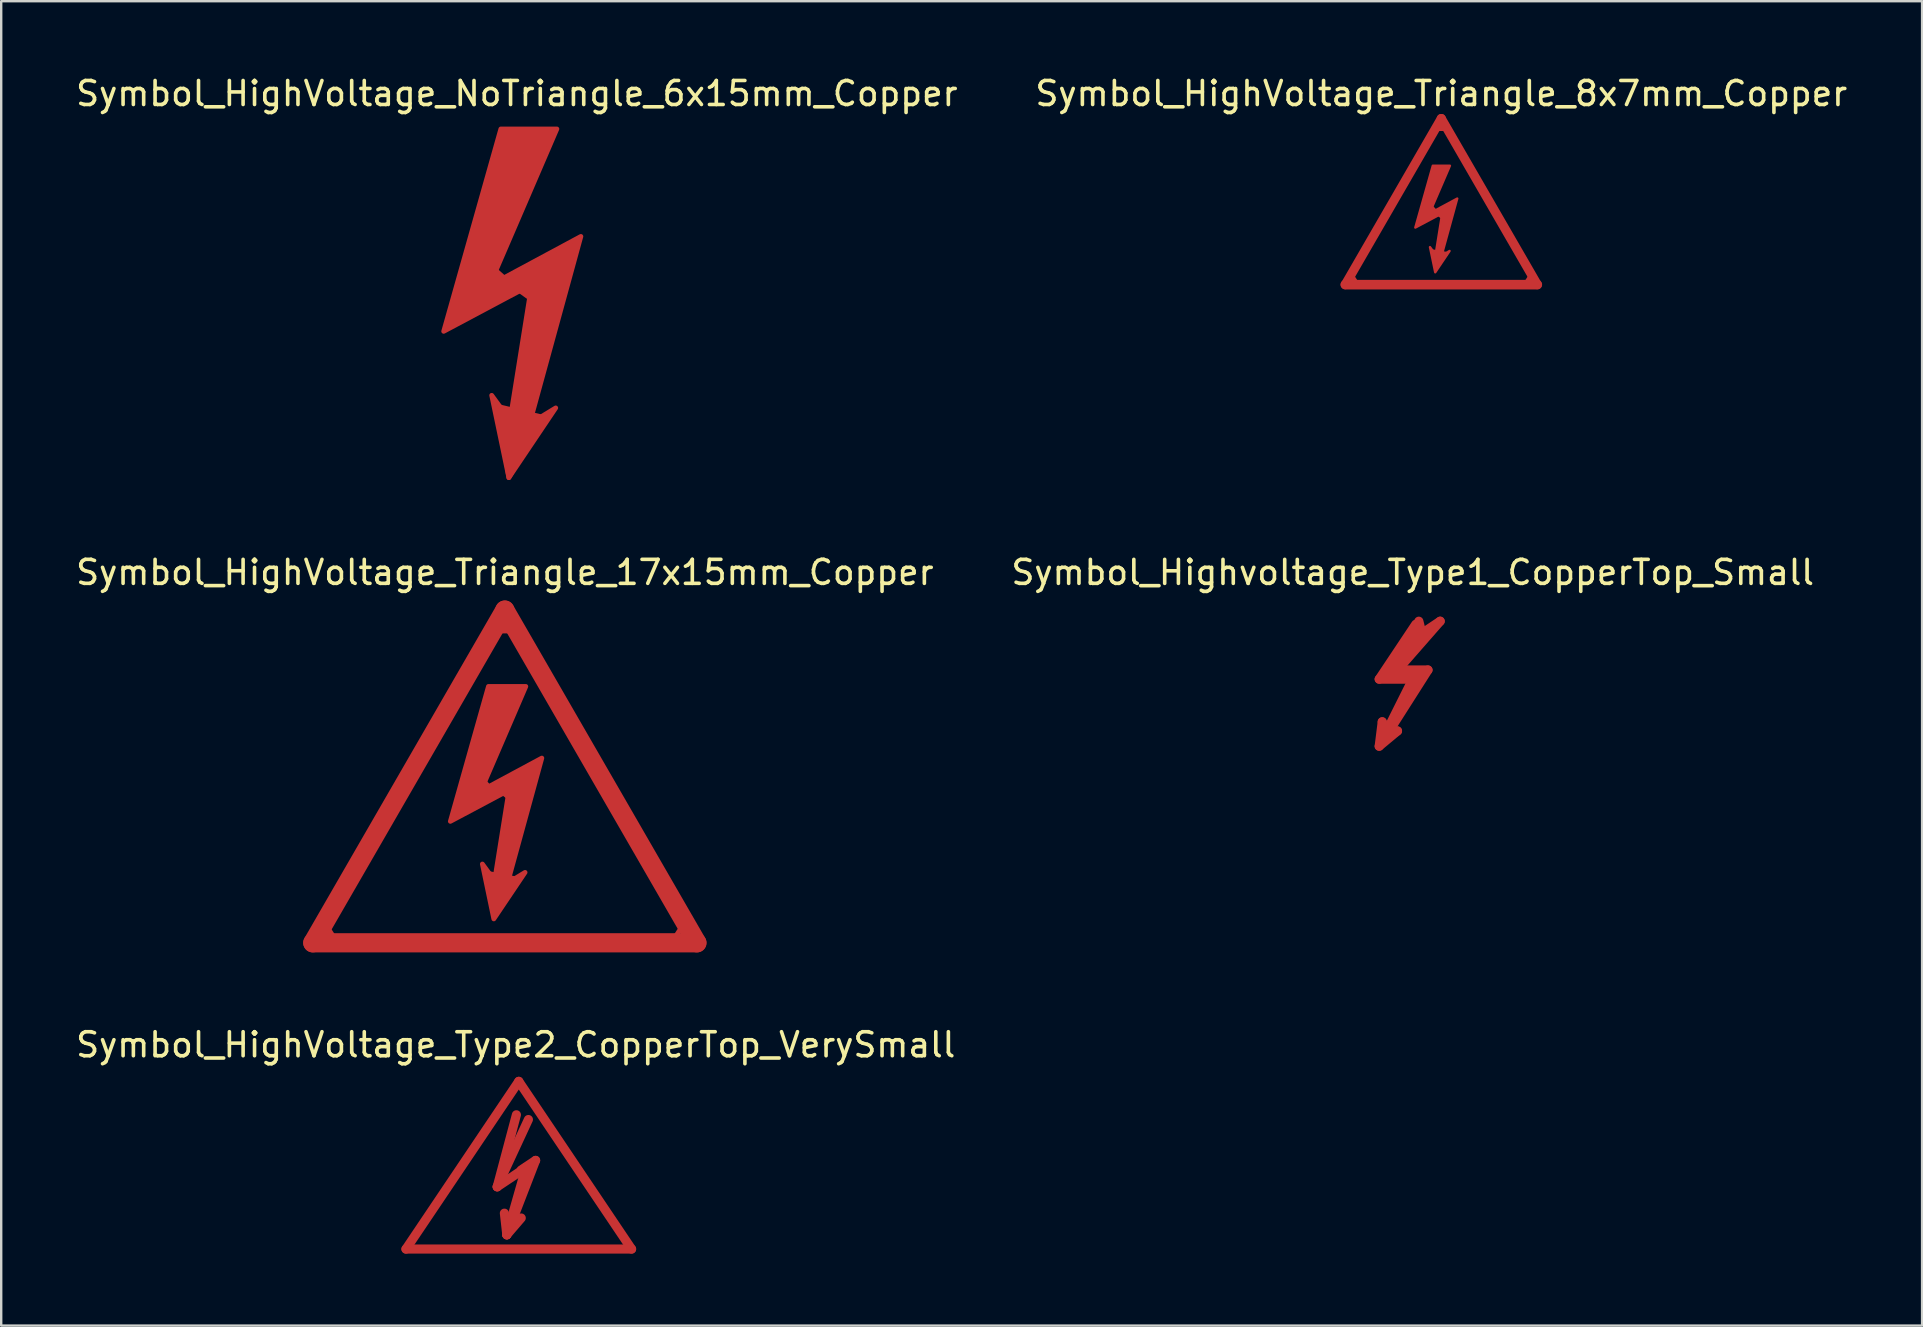
<source format=kicad_pcb>
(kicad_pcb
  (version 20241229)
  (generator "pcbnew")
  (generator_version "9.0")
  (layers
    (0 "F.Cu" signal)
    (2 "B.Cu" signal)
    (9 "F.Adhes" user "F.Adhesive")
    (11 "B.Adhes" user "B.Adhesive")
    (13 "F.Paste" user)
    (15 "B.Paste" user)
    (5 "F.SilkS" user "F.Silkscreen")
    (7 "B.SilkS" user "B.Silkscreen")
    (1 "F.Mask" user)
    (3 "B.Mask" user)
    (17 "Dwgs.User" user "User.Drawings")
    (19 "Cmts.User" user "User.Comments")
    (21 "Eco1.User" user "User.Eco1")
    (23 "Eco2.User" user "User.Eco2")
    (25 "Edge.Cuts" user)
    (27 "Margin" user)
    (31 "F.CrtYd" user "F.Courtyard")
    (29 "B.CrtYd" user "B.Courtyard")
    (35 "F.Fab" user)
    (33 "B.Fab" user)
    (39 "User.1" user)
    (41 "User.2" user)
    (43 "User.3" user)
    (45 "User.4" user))
  (footprint "Symbol_HighVoltage_Type2_CopperTop_VerySmall"
    (layer "F.Cu")
    (at 18.562 46.191)
    (property "Reference" "Symbol_HighVoltage_Type2_CopperTop_VerySmall" (at -0.127 -5.715 0) (layer "F.SilkS") (effects (font (size 1 1) (thickness 0.15))))
    (attr exclude_from_pos_files exclude_from_bom)
    (fp_line (start -4.699 2.794) (end 0 -4.191) (stroke (width 0.381) (type solid)) (layer "F.Cu"))
    (fp_line (start -0.899 0.201) (end 0.3 -0.599) (stroke (width 0.381) (type solid)) (layer "F.Cu"))
    (fp_line (start -0.899 0.201) (end 0.401 -2.601) (stroke (width 0.381) (type solid)) (layer "F.Cu"))
    (fp_line (start -0.498 2.2) (end -0.599 1.3) (stroke (width 0.381) (type solid)) (layer "F.Cu"))
    (fp_line (start -0.498 2.2) (end 0.102 1.501) (stroke (width 0.381) (type solid)) (layer "F.Cu"))
    (fp_line (start -0.498 2.2) (end 0.701 -0.899) (stroke (width 0.381) (type solid)) (layer "F.Cu"))
    (fp_line (start -0.099 -2.799) (end -0.899 0.201) (stroke (width 0.381) (type solid)) (layer "F.Cu"))
    (fp_line (start 0 -4.191) (end 4.699 2.794) (stroke (width 0.381) (type solid)) (layer "F.Cu"))
    (fp_line (start 0.3 -0.599) (end -0.498 2.2) (stroke (width 0.381) (type solid)) (layer "F.Cu"))
    (fp_line (start 0.701 -0.899) (end 0.102 -0.5) (stroke (width 0.381) (type solid)) (layer "F.Cu"))
    (fp_line (start 4.699 2.794) (end -4.699 2.794) (stroke (width 0.381) (type solid)) (layer "F.Cu")))
  (footprint "Symbol_HighVoltage_Triangle_17x15mm_Copper"
    (layer "F.Cu")
    (at 17.982 29.297)
    (property "Reference" "Symbol_HighVoltage_Triangle_17x15mm_Copper" (at 0 -8.5 0) (layer "F.SilkS") (effects (font (size 1 1) (thickness 0.15))))
    (attr board_only exclude_from_pos_files exclude_from_bom allow_missing_courtyard)
    (fp_line (start -8 6.93) (end 0 -6.93) (stroke (width 0.8) (type solid)) (layer "F.Cu"))
    (fp_line (start -7.127 6.695) (end -7.393 6.285) (stroke (width 0.2) (type default)) (layer "F.Cu"))
    (fp_line (start -0.91 0.16) (end -0.63 0.47) (stroke (width 0.2) (type default)) (layer "F.Cu"))
    (fp_line (start -0.64 4.05) (end 0.48 4.27) (stroke (width 0.2) (type default)) (layer "F.Cu"))
    (fp_line (start -0.63 0.47) (end -0.1 0.66) (stroke (width 0.2) (type default)) (layer "F.Cu"))
    (fp_line (start -0.26 -6.06) (end 0.26 -6.06) (stroke (width 0.2) (type default)) (layer "F.Cu"))
    (fp_line (start -0.1 0.66) (end 0.24 0.93) (stroke (width 0.2) (type default)) (layer "F.Cu"))
    (fp_line (start 7.107 6.675) (end 7.373 6.265) (stroke (width 0.2) (type default)) (layer "F.Cu"))
    (fp_line (start 8 6.93) (end -8 6.93) (stroke (width 0.8) (type solid)) (layer "F.Cu"))
    (fp_line (start 8 6.93) (end 0 -6.93) (stroke (width 0.8) (type solid)) (layer "F.Cu"))
    (fp_poly (pts (xy -1 0.6) (xy 1.54 -0.765) (xy 0.111 4.442) (xy 0.842 3.997) (xy -0.46 5.934) (xy -0.936 3.648) (xy -0.428 4.346) (xy 0.175 0.568) (xy -2.27 1.87) (xy -0.683 -3.75) (xy 0.873 -3.75)) (stroke (width 0.2) (type solid)) (fill yes) (layer "F.Cu")))
  (footprint "Symbol_HighVoltage_Triangle_8x7mm_Copper"
    (layer "F.Cu")
    (at 56.994 5.348)
    (property "Reference" "Symbol_HighVoltage_Triangle_8x7mm_Copper" (at 0 -4.5 0) (layer "F.SilkS") (effects (font (size 1 1) (thickness 0.15))))
    (attr board_only exclude_from_pos_files exclude_from_bom allow_missing_courtyard)
    (fp_line (start -4 3.46) (end 0 -3.46) (stroke (width 0.381) (type solid)) (layer "F.Cu"))
    (fp_line (start -3.51 3.44) (end -3.776 3.031) (stroke (width 0.2) (type default)) (layer "F.Cu"))
    (fp_line (start -0.45 0.215) (end -0.24 0.44) (stroke (width 0.2) (type default)) (layer "F.Cu"))
    (fp_line (start -0.34 2.095) (end 0.17 2.185) (stroke (width 0.2) (type default)) (layer "F.Cu"))
    (fp_line (start -0.15 -3.04) (end 0.16 -3.04) (stroke (width 0.2) (type default)) (layer "F.Cu"))
    (fp_line (start -0.133 0.479) (end 0.113 0.681) (stroke (width 0.2) (type default)) (layer "F.Cu"))
    (fp_line (start 0 -3.46) (end 4 3.46) (stroke (width 0.381) (type solid)) (layer "F.Cu"))
    (fp_line (start 3.51 3.44) (end 3.776 3.031) (stroke (width 0.2) (type default)) (layer "F.Cu"))
    (fp_line (start 4 3.46) (end -4 3.46) (stroke (width 0.4) (type solid)) (layer "F.Cu"))
    (fp_poly (pts (xy -0.5 0.5) (xy 0.664 -0.126) (xy 0.009 2.261) (xy 0.344 2.057) (xy -0.253 2.945) (xy -0.471 1.897) (xy -0.238 2.217) (xy 0.038 0.485) (xy -1.082 1.082) (xy -0.354 -1.494) (xy 0.359 -1.494)) (stroke (width 0.1) (type solid)) (fill yes) (layer "F.Cu")))
  (footprint "Symbol_HighVoltage_NoTriangle_6x15mm_Copper"
    (layer "F.Cu")
    (at 18.482 9.348)
    (property "Reference" "Symbol_HighVoltage_NoTriangle_6x15mm_Copper" (at 0 -8.5 0) (layer "F.SilkS") (effects (font (size 1 1) (thickness 0.15))))
    (attr board_only exclude_from_pos_files exclude_from_bom allow_missing_courtyard)
    (fp_poly (pts (xy -0.77 4.54) (xy 1.07 4.98) (xy -0.333 7.501)) (stroke (width 0.2) (type solid)) (fill yes) (layer "F.Cu"))
    (fp_poly (pts (xy 0.619 -0.548) (xy 0.13 -0.28) (xy 0.55 0.02)) (stroke (width 0.2) (type solid)) (fill yes) (layer "F.Cu"))
    (fp_poly (pts (xy -0.88 -1.14) (xy -1.143 -0.5) (xy -0.52 -0.81) (xy -0.89 -1.14)) (stroke (width 0.2) (type solid)) (fill yes) (layer "F.Cu"))
    (fp_poly (pts (xy -1.143 -0.5) (xy 2.667 -2.548) (xy 0.524 5.263) (xy 1.619 4.596) (xy -0.333 7.501) (xy -1.048 4.072) (xy -0.286 5.12) (xy 0.619 -0.548) (xy -3.048 1.405) (xy -0.667 -7.025) (xy 1.667 -7.025)) (stroke (width 0.2) (type solid)) (fill yes) (layer "F.Cu")))
  (footprint "Symbol_Highvoltage_Type1_CopperTop_Small"
    (layer "F.Cu")
    (at 54.788 26.005)
    (property "Reference" "Symbol_Highvoltage_Type1_CopperTop_Small" (at 1.016 -5.207 0) (layer "F.SilkS") (effects (font (size 1 1) (thickness 0.15))))
    (attr exclude_from_pos_files exclude_from_bom)
    (fp_line (start -0.381 -0.762) (end 1.016 -0.762) (stroke (width 0.381) (type solid)) (layer "F.Cu"))
    (fp_line (start -0.381 2.032) (end 0.381 1.397) (stroke (width 0.381) (type solid)) (layer "F.Cu"))
    (fp_line (start -0.254 1.016) (end -0.381 2.032) (stroke (width 0.381) (type solid)) (layer "F.Cu"))
    (fp_line (start -0.127 1.524) (end -0.254 1.016) (stroke (width 0.381) (type solid)) (layer "F.Cu"))
    (fp_line (start -0.127 1.651) (end 1.651 -1.143) (stroke (width 0.381) (type solid)) (layer "F.Cu"))
    (fp_line (start 0 -0.889) (end 1.27 -0.889) (stroke (width 0.381) (type solid)) (layer "F.Cu"))
    (fp_line (start 0.381 -1.143) (end 2.159 -3.175) (stroke (width 0.381) (type solid)) (layer "F.Cu"))
    (fp_line (start 0.381 1.397) (end -0.127 1.651) (stroke (width 0.381) (type solid)) (layer "F.Cu"))
    (fp_line (start 1.016 -0.762) (end -0.127 1.524) (stroke (width 0.381) (type solid)) (layer "F.Cu"))
    (fp_line (start 1.143 -3.048) (end -0.381 -0.762) (stroke (width 0.381) (type solid)) (layer "F.Cu"))
    (fp_line (start 1.397 -2.794) (end 0 -0.889) (stroke (width 0.381) (type solid)) (layer "F.Cu"))
    (fp_line (start 1.397 -2.667) (end 1.27 -3.175) (stroke (width 0.381) (type solid)) (layer "F.Cu"))
    (fp_line (start 1.651 -1.143) (end 0.381 -1.143) (stroke (width 0.381) (type solid)) (layer "F.Cu"))
    (fp_line (start 2.159 -3.175) (end 1.397 -2.667) (stroke (width 0.381) (type solid)) (layer "F.Cu")))
  (gr_rect
    (start -3 -3)
    (end 77.024 52.175)
    (stroke (width 0.1) (type default))
    (fill no)
    (layer "Edge.Cuts")))
</source>
